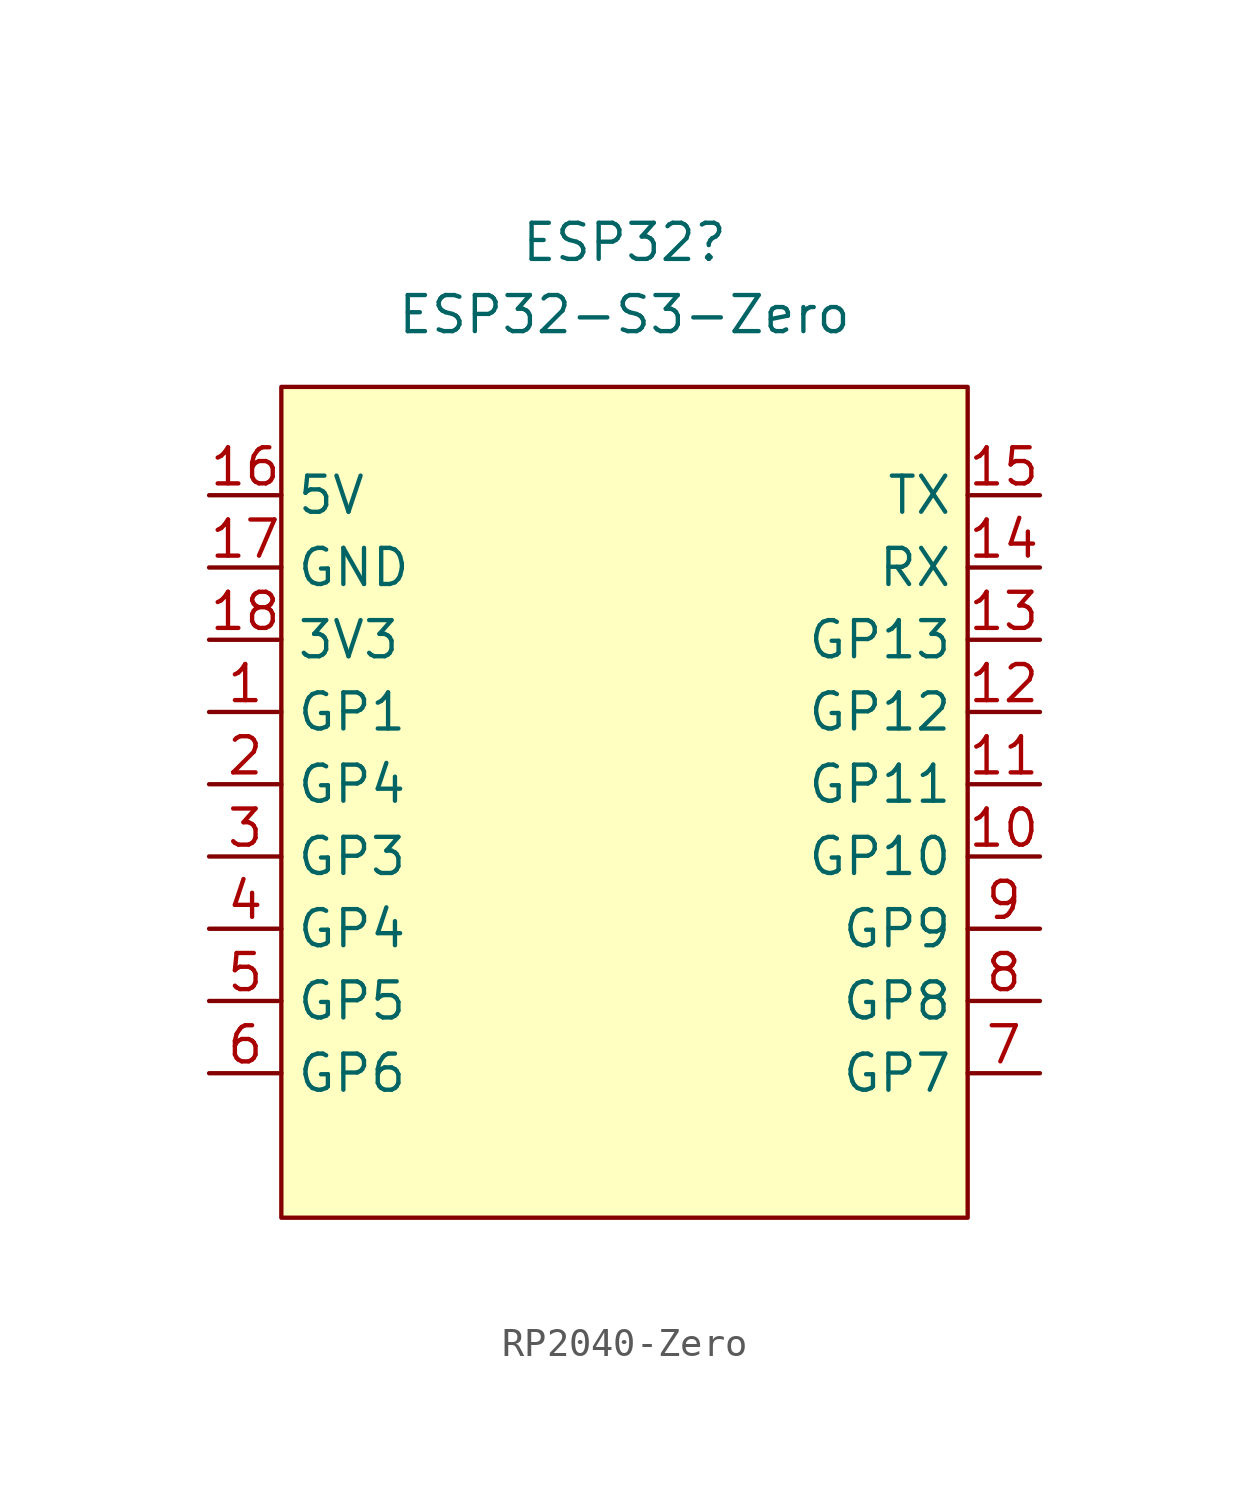
<source format=kicad_sym>
(kicad_symbol_lib
  (version 20231120)
  (generator "kicad_symbol_editor")
  (generator_version "8.0")
  (symbol "RP2040-Zero"
    (property "Reference" "ESP32"
      (at 0.635 19.05 0)
      (effects (font (size 1.27 1.27))))
    (property "Value" "ESP32-S3-Zero"
      (at 0.635 16.51 0)
      (effects (font (size 1.27 1.27))))
    (symbol "RP2040-Zero_0_1"
      (rectangle (start -11.43 -15.24) (end 12.7 13.97) (stroke (width 0) (type default)) (fill (type background))))
    (symbol "RP2040-Zero_1_1"
      (pin bidirectional line (at -13.97 2.54 0) (length 2.54) (name "GP1" (effects (font (size 1.27 1.27)))) (number "1" (effects (font (size 1.27 1.27)))))
      (pin bidirectional line (at 15.24 -2.54 180) (length 2.54) (name "GP10" (effects (font (size 1.27 1.27)))) (number "10" (effects (font (size 1.27 1.27)))))
      (pin bidirectional line (at 15.24 0 180) (length 2.54) (name "GP11" (effects (font (size 1.27 1.27)))) (number "11" (effects (font (size 1.27 1.27)))))
      (pin bidirectional line (at 15.24 2.54 180) (length 2.54) (name "GP12" (effects (font (size 1.27 1.27)))) (number "12" (effects (font (size 1.27 1.27)))))
      (pin bidirectional line (at 15.24 5.08 180) (length 2.54) (name "GP13" (effects (font (size 1.27 1.27)))) (number "13" (effects (font (size 1.27 1.27)))))
      (pin bidirectional line (at 15.24 7.62 180) (length 2.54) (name "RX" (effects (font (size 1.27 1.27)))) (number "14" (effects (font (size 1.27 1.27)))))
      (pin bidirectional line (at 15.24 10.16 180) (length 2.54) (name "TX" (effects (font (size 1.27 1.27)))) (number "15" (effects (font (size 1.27 1.27)))))
      (pin power_in line (at -13.97 10.16 0) (length 2.54) (name "5V" (effects (font (size 1.27 1.27)))) (number "16" (effects (font (size 1.27 1.27)))))
      (pin power_in line (at -13.97 7.62 0) (length 2.54) (name "GND" (effects (font (size 1.27 1.27)))) (number "17" (effects (font (size 1.27 1.27)))))
      (pin power_out line (at -13.97 5.08 0) (length 2.54) (name "3V3" (effects (font (size 1.27 1.27)))) (number "18" (effects (font (size 1.27 1.27)))))
      (pin bidirectional line (at -13.97 0 0) (length 2.54) (name "GP4" (effects (font (size 1.27 1.27)))) (number "2" (effects (font (size 1.27 1.27)))))
      (pin bidirectional line (at -13.97 -2.54 0) (length 2.54) (name "GP3" (effects (font (size 1.27 1.27)))) (number "3" (effects (font (size 1.27 1.27)))))
      (pin bidirectional line (at -13.97 -5.08 0) (length 2.54) (name "GP4" (effects (font (size 1.27 1.27)))) (number "4" (effects (font (size 1.27 1.27)))))
      (pin bidirectional line (at -13.97 -7.62 0) (length 2.54) (name "GP5" (effects (font (size 1.27 1.27)))) (number "5" (effects (font (size 1.27 1.27)))))
      (pin bidirectional line (at -13.97 -10.16 0) (length 2.54) (name "GP6" (effects (font (size 1.27 1.27)))) (number "6" (effects (font (size 1.27 1.27)))))
      (pin bidirectional line (at 15.24 -10.16 180) (length 2.54) (name "GP7" (effects (font (size 1.27 1.27)))) (number "7" (effects (font (size 1.27 1.27)))))
      (pin bidirectional line (at 15.24 -7.62 180) (length 2.54) (name "GP8" (effects (font (size 1.27 1.27)))) (number "8" (effects (font (size 1.27 1.27)))))
      (pin bidirectional line (at 15.24 -5.08 180) (length 2.54) (name "GP9" (effects (font (size 1.27 1.27)))) (number "9" (effects (font (size 1.27 1.27))))))))
</source>
